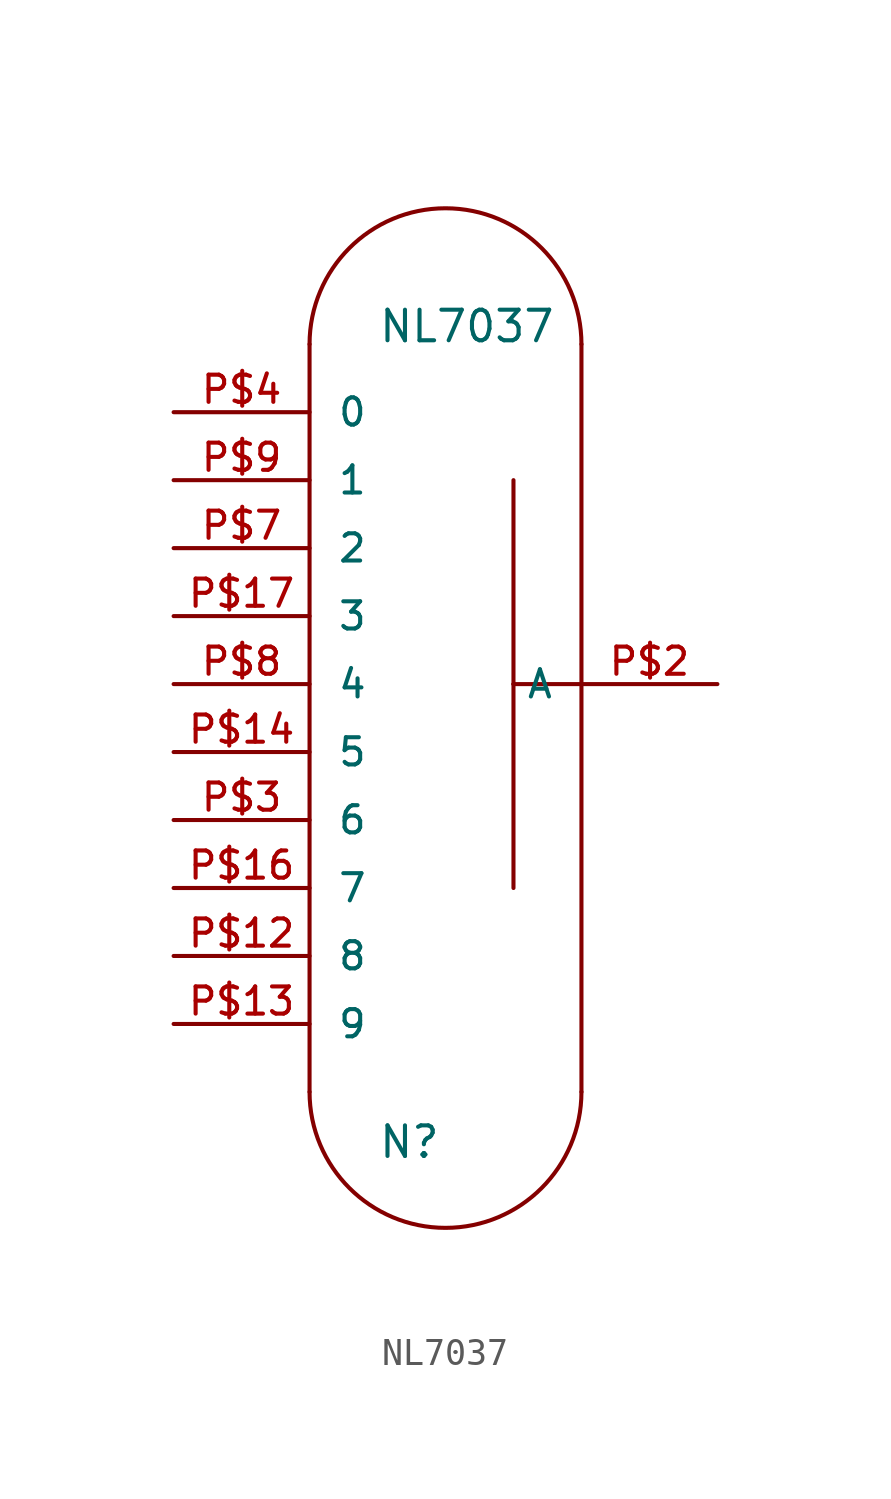
<source format=kicad_sym>
(kicad_symbol_lib
  (version 20220914)
  (generator kicad_symbol_editor)
  (symbol "NL7037"
    (pin_names
      (offset 1.016))
    (property "Reference" "N"
      (at -2.54 -15.24 0)
      (effects (font (size 1.143 1.143)) (justify left bottom)))
    (property "Value" "NL7037"
      (at -2.54 15.24 0)
      (effects (font (size 1.143 1.143)) (justify left bottom)))
    (property "ki_locked" ""
      (at 0 0 0)
      (effects (font (size 1.27 1.27))))
    (symbol "NL7037_1_0"
      (polyline (pts (xy -5.08 15.24) (xy -5.08 -12.7)) (stroke (width 0) (type solid)) (fill (type none)))
      (polyline (pts (xy 2.54 -5.08) (xy 2.54 2.54)) (stroke (width 0) (type solid)) (fill (type none)))
      (polyline (pts (xy 2.54 2.54) (xy 2.54 10.16)) (stroke (width 0) (type solid)) (fill (type none)))
      (polyline (pts (xy 5.08 2.54) (xy 2.54 2.54)) (stroke (width 0) (type solid)) (fill (type none)))
      (polyline (pts (xy 5.08 2.54) (xy 5.08 -12.7)) (stroke (width 0) (type solid)) (fill (type none)))
      (polyline (pts (xy 5.08 15.24) (xy 5.08 2.54)) (stroke (width 0) (type solid)) (fill (type none))))
    (symbol "NL7037_1_1"
      (arc (start -5.08 -12.7) (mid 0 -17.7579) (end 5.08 -12.7) (stroke (width 0) (type solid)) (fill (type none)))
      (arc (start 5.08 15.24) (mid 0 20.2979) (end -5.08 15.24) (stroke (width 0) (type solid)) (fill (type none)))
      (pin passive line (at -10.16 -7.62 0) (length 5.08) (name "8" (effects (font (size 1.016 1.016)))) (number "P$12" (effects (font (size 1.016 1.016)))))
      (pin passive line (at -10.16 -10.16 0) (length 5.08) (name "9" (effects (font (size 1.016 1.016)))) (number "P$13" (effects (font (size 1.016 1.016)))))
      (pin passive line (at -10.16 0 0) (length 5.08) (name "5" (effects (font (size 1.016 1.016)))) (number "P$14" (effects (font (size 1.016 1.016)))))
      (pin passive line (at -10.16 -5.08 0) (length 5.08) (name "7" (effects (font (size 1.016 1.016)))) (number "P$16" (effects (font (size 1.016 1.016)))))
      (pin passive line (at -10.16 5.08 0) (length 5.08) (name "3" (effects (font (size 1.016 1.016)))) (number "P$17" (effects (font (size 1.016 1.016)))))
      (pin passive line (at 10.16 2.54 180) (length 5.08) (name "A" (effects (font (size 1.016 1.016)))) (number "P$2" (effects (font (size 1.016 1.016)))))
      (pin passive line (at -10.16 -2.54 0) (length 5.08) (name "6" (effects (font (size 1.016 1.016)))) (number "P$3" (effects (font (size 1.016 1.016)))))
      (pin passive line (at -10.16 12.7 0) (length 5.08) (name "0" (effects (font (size 1.016 1.016)))) (number "P$4" (effects (font (size 1.016 1.016)))))
      (pin passive line (at -10.16 7.62 0) (length 5.08) (name "2" (effects (font (size 1.016 1.016)))) (number "P$7" (effects (font (size 1.016 1.016)))))
      (pin passive line (at -10.16 2.54 0) (length 5.08) (name "4" (effects (font (size 1.016 1.016)))) (number "P$8" (effects (font (size 1.016 1.016)))))
      (pin passive line (at -10.16 10.16 0) (length 5.08) (name "1" (effects (font (size 1.016 1.016)))) (number "P$9" (effects (font (size 1.016 1.016))))))))
</source>
